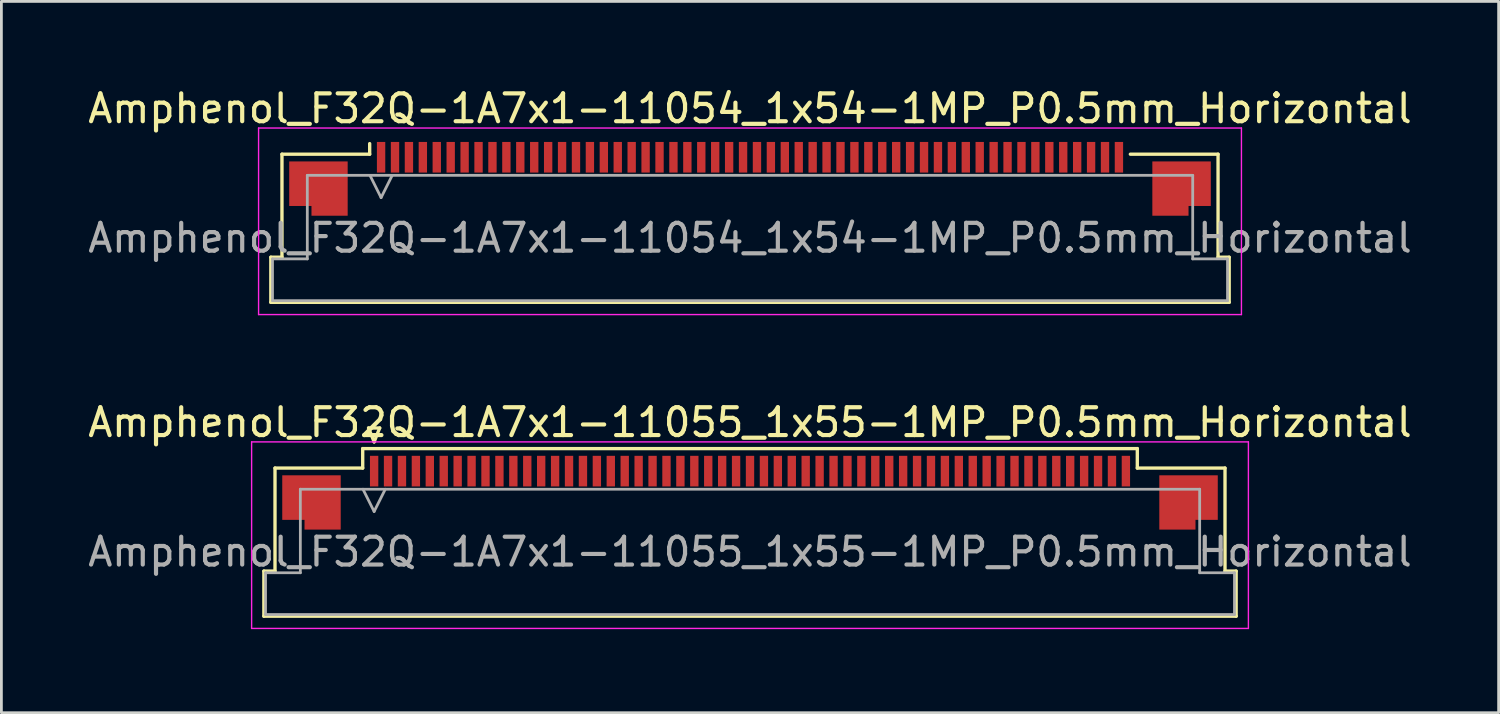
<source format=kicad_pcb>
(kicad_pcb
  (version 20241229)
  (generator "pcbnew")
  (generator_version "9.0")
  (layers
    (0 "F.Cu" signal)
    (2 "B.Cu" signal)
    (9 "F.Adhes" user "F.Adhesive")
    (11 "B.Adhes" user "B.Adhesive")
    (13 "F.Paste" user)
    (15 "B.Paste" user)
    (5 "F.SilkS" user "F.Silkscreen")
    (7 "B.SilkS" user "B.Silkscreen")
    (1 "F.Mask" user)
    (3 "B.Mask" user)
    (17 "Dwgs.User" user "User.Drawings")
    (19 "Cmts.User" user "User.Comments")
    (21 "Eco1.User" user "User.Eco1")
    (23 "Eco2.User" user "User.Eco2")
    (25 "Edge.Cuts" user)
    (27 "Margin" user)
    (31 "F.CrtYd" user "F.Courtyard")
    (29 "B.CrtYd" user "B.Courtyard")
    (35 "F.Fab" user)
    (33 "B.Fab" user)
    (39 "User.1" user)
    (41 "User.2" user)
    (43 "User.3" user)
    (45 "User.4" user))
  (footprint "Amphenol_F32Q-1A7x1-11054_1x54-1MP_P0.5mm_Horizontal"
    (layer "F.Cu")
    (at 23.887 5.498)
    (property "Reference" "Amphenol_F32Q-1A7x1-11054_1x54-1MP_P0.5mm_Horizontal" (at 0 -4.65 0) (layer "F.SilkS") (effects (font (size 1 1) (thickness 0.15))))
    (attr smd)
    (fp_line (start -17.21 0.69) (end -16.81 0.69) (stroke (width 0.12) (type solid)) (layer "F.SilkS"))
    (fp_line (start -17.21 2.31) (end -17.21 0.69) (stroke (width 0.12) (type solid)) (layer "F.SilkS"))
    (fp_line (start -16.81 -3.01) (end -13.66 -3.01) (stroke (width 0.12) (type solid)) (layer "F.SilkS"))
    (fp_line (start -16.81 0.69) (end -16.81 -3.01) (stroke (width 0.12) (type solid)) (layer "F.SilkS"))
    (fp_line (start -13.66 -3.01) (end -13.66 -3.39) (stroke (width 0.12) (type solid)) (layer "F.SilkS"))
    (fp_line (start 13.66 -3.01) (end 16.81 -3.01) (stroke (width 0.12) (type solid)) (layer "F.SilkS"))
    (fp_line (start 16.81 -3.01) (end 16.81 0.69) (stroke (width 0.12) (type solid)) (layer "F.SilkS"))
    (fp_line (start 16.81 0.69) (end 17.21 0.69) (stroke (width 0.12) (type solid)) (layer "F.SilkS"))
    (fp_line (start 17.21 0.69) (end 17.21 2.31) (stroke (width 0.12) (type solid)) (layer "F.SilkS"))
    (fp_line (start 17.21 2.31) (end -17.21 2.31) (stroke (width 0.12) (type solid)) (layer "F.SilkS"))
    (fp_line (start -17.65 -3.95) (end -17.65 2.75) (stroke (width 0.05) (type solid)) (layer "F.CrtYd"))
    (fp_line (start -17.65 2.75) (end 17.65 2.75) (stroke (width 0.05) (type solid)) (layer "F.CrtYd"))
    (fp_line (start 17.65 -3.95) (end -17.65 -3.95) (stroke (width 0.05) (type solid)) (layer "F.CrtYd"))
    (fp_line (start 17.65 2.75) (end 17.65 -3.95) (stroke (width 0.05) (type solid)) (layer "F.CrtYd"))
    (fp_line (start -17.15 0.75) (end -15.9 0.75) (stroke (width 0.1) (type solid)) (layer "F.Fab"))
    (fp_line (start -17.15 2.25) (end -17.15 0.75) (stroke (width 0.1) (type solid)) (layer "F.Fab"))
    (fp_line (start -15.9 -2.25) (end 15.9 -2.25) (stroke (width 0.1) (type solid)) (layer "F.Fab"))
    (fp_line (start -15.9 0.75) (end -15.9 -2.25) (stroke (width 0.1) (type solid)) (layer "F.Fab"))
    (fp_line (start -13.65 -2.25) (end -13.25 -1.45) (stroke (width 0.1) (type solid)) (layer "F.Fab"))
    (fp_line (start -13.25 -1.45) (end -12.85 -2.25) (stroke (width 0.1) (type solid)) (layer "F.Fab"))
    (fp_line (start 15.9 -2.25) (end 15.9 0.75) (stroke (width 0.1) (type solid)) (layer "F.Fab"))
    (fp_line (start 15.9 0.75) (end 17.15 0.75) (stroke (width 0.1) (type solid)) (layer "F.Fab"))
    (fp_line (start 17.15 0.75) (end 17.15 2.25) (stroke (width 0.1) (type solid)) (layer "F.Fab"))
    (fp_line (start 17.15 2.25) (end -17.15 2.25) (stroke (width 0.1) (type solid)) (layer "F.Fab"))
    (fp_text user "${REFERENCE}" (at 0 0 0) (layer "F.Fab") (effects (font (size 1 1) (thickness 0.15))))
    (pad "1" smd rect (at -13.25 -2.9) (size 0.3 1.1) (layers "F.Cu" "F.Mask" "F.Paste"))
    (pad "2" smd rect (at -12.75 -2.9) (size 0.3 1.1) (layers "F.Cu" "F.Mask" "F.Paste"))
    (pad "3" smd rect (at -12.25 -2.9) (size 0.3 1.1) (layers "F.Cu" "F.Mask" "F.Paste"))
    (pad "4" smd rect (at -11.75 -2.9) (size 0.3 1.1) (layers "F.Cu" "F.Mask" "F.Paste"))
    (pad "5" smd rect (at -11.25 -2.9) (size 0.3 1.1) (layers "F.Cu" "F.Mask" "F.Paste"))
    (pad "6" smd rect (at -10.75 -2.9) (size 0.3 1.1) (layers "F.Cu" "F.Mask" "F.Paste"))
    (pad "7" smd rect (at -10.25 -2.9) (size 0.3 1.1) (layers "F.Cu" "F.Mask" "F.Paste"))
    (pad "8" smd rect (at -9.75 -2.9) (size 0.3 1.1) (layers "F.Cu" "F.Mask" "F.Paste"))
    (pad "9" smd rect (at -9.25 -2.9) (size 0.3 1.1) (layers "F.Cu" "F.Mask" "F.Paste"))
    (pad "10" smd rect (at -8.75 -2.9) (size 0.3 1.1) (layers "F.Cu" "F.Mask" "F.Paste"))
    (pad "11" smd rect (at -8.25 -2.9) (size 0.3 1.1) (layers "F.Cu" "F.Mask" "F.Paste"))
    (pad "12" smd rect (at -7.75 -2.9) (size 0.3 1.1) (layers "F.Cu" "F.Mask" "F.Paste"))
    (pad "13" smd rect (at -7.25 -2.9) (size 0.3 1.1) (layers "F.Cu" "F.Mask" "F.Paste"))
    (pad "14" smd rect (at -6.75 -2.9) (size 0.3 1.1) (layers "F.Cu" "F.Mask" "F.Paste"))
    (pad "15" smd rect (at -6.25 -2.9) (size 0.3 1.1) (layers "F.Cu" "F.Mask" "F.Paste"))
    (pad "16" smd rect (at -5.75 -2.9) (size 0.3 1.1) (layers "F.Cu" "F.Mask" "F.Paste"))
    (pad "17" smd rect (at -5.25 -2.9) (size 0.3 1.1) (layers "F.Cu" "F.Mask" "F.Paste"))
    (pad "18" smd rect (at -4.75 -2.9) (size 0.3 1.1) (layers "F.Cu" "F.Mask" "F.Paste"))
    (pad "19" smd rect (at -4.25 -2.9) (size 0.3 1.1) (layers "F.Cu" "F.Mask" "F.Paste"))
    (pad "20" smd rect (at -3.75 -2.9) (size 0.3 1.1) (layers "F.Cu" "F.Mask" "F.Paste"))
    (pad "21" smd rect (at -3.25 -2.9) (size 0.3 1.1) (layers "F.Cu" "F.Mask" "F.Paste"))
    (pad "22" smd rect (at -2.75 -2.9) (size 0.3 1.1) (layers "F.Cu" "F.Mask" "F.Paste"))
    (pad "23" smd rect (at -2.25 -2.9) (size 0.3 1.1) (layers "F.Cu" "F.Mask" "F.Paste"))
    (pad "24" smd rect (at -1.75 -2.9) (size 0.3 1.1) (layers "F.Cu" "F.Mask" "F.Paste"))
    (pad "25" smd rect (at -1.25 -2.9) (size 0.3 1.1) (layers "F.Cu" "F.Mask" "F.Paste"))
    (pad "26" smd rect (at -0.75 -2.9) (size 0.3 1.1) (layers "F.Cu" "F.Mask" "F.Paste"))
    (pad "27" smd rect (at -0.25 -2.9) (size 0.3 1.1) (layers "F.Cu" "F.Mask" "F.Paste"))
    (pad "28" smd rect (at 0.25 -2.9) (size 0.3 1.1) (layers "F.Cu" "F.Mask" "F.Paste"))
    (pad "29" smd rect (at 0.75 -2.9) (size 0.3 1.1) (layers "F.Cu" "F.Mask" "F.Paste"))
    (pad "30" smd rect (at 1.25 -2.9) (size 0.3 1.1) (layers "F.Cu" "F.Mask" "F.Paste"))
    (pad "31" smd rect (at 1.75 -2.9) (size 0.3 1.1) (layers "F.Cu" "F.Mask" "F.Paste"))
    (pad "32" smd rect (at 2.25 -2.9) (size 0.3 1.1) (layers "F.Cu" "F.Mask" "F.Paste"))
    (pad "33" smd rect (at 2.75 -2.9) (size 0.3 1.1) (layers "F.Cu" "F.Mask" "F.Paste"))
    (pad "34" smd rect (at 3.25 -2.9) (size 0.3 1.1) (layers "F.Cu" "F.Mask" "F.Paste"))
    (pad "35" smd rect (at 3.75 -2.9) (size 0.3 1.1) (layers "F.Cu" "F.Mask" "F.Paste"))
    (pad "36" smd rect (at 4.25 -2.9) (size 0.3 1.1) (layers "F.Cu" "F.Mask" "F.Paste"))
    (pad "37" smd rect (at 4.75 -2.9) (size 0.3 1.1) (layers "F.Cu" "F.Mask" "F.Paste"))
    (pad "38" smd rect (at 5.25 -2.9) (size 0.3 1.1) (layers "F.Cu" "F.Mask" "F.Paste"))
    (pad "39" smd rect (at 5.75 -2.9) (size 0.3 1.1) (layers "F.Cu" "F.Mask" "F.Paste"))
    (pad "40" smd rect (at 6.25 -2.9) (size 0.3 1.1) (layers "F.Cu" "F.Mask" "F.Paste"))
    (pad "41" smd rect (at 6.75 -2.9) (size 0.3 1.1) (layers "F.Cu" "F.Mask" "F.Paste"))
    (pad "42" smd rect (at 7.25 -2.9) (size 0.3 1.1) (layers "F.Cu" "F.Mask" "F.Paste"))
    (pad "43" smd rect (at 7.75 -2.9) (size 0.3 1.1) (layers "F.Cu" "F.Mask" "F.Paste"))
    (pad "44" smd rect (at 8.25 -2.9) (size 0.3 1.1) (layers "F.Cu" "F.Mask" "F.Paste"))
    (pad "45" smd rect (at 8.75 -2.9) (size 0.3 1.1) (layers "F.Cu" "F.Mask" "F.Paste"))
    (pad "46" smd rect (at 9.25 -2.9) (size 0.3 1.1) (layers "F.Cu" "F.Mask" "F.Paste"))
    (pad "47" smd rect (at 9.75 -2.9) (size 0.3 1.1) (layers "F.Cu" "F.Mask" "F.Paste"))
    (pad "48" smd rect (at 10.25 -2.9) (size 0.3 1.1) (layers "F.Cu" "F.Mask" "F.Paste"))
    (pad "49" smd rect (at 10.75 -2.9) (size 0.3 1.1) (layers "F.Cu" "F.Mask" "F.Paste"))
    (pad "50" smd rect (at 11.25 -2.9) (size 0.3 1.1) (layers "F.Cu" "F.Mask" "F.Paste"))
    (pad "51" smd rect (at 11.75 -2.9) (size 0.3 1.1) (layers "F.Cu" "F.Mask" "F.Paste"))
    (pad "52" smd rect (at 12.25 -2.9) (size 0.3 1.1) (layers "F.Cu" "F.Mask" "F.Paste"))
    (pad "53" smd rect (at 12.75 -2.9) (size 0.3 1.1) (layers "F.Cu" "F.Mask" "F.Paste"))
    (pad "54" smd rect (at 13.25 -2.9) (size 0.3 1.1) (layers "F.Cu" "F.Mask" "F.Paste"))
    (pad "MP" smd custom (at -15.5 -1.775) (size 1 1) (layers "F.Cu" "F.Mask" "F.Paste") (options (anchor circle)) (primitives (gr_poly (pts (xy 1.05 -0.975) (xy 1.05 0.975) (xy -0.25 0.975) (xy -0.25 0.625) (xy -1.05 0.625) (xy -1.05 -0.975) (xy 1.05 -0.975)) (width 0) (fill yes))))
    (pad "MP" smd custom (at 15.5 -1.775) (size 1 1) (layers "F.Cu" "F.Mask" "F.Paste") (options (anchor circle)) (primitives (gr_poly (pts (xy -1.05 -0.975) (xy -1.05 0.975) (xy 0.25 0.975) (xy 0.25 0.625) (xy 1.05 0.625) (xy 1.05 -0.975) (xy -1.05 -0.975)) (width 0) (fill yes)))))
  (footprint "Amphenol_F32Q-1A7x1-11055_1x55-1MP_P0.5mm_Horizontal"
    (layer "F.Cu")
    (at 23.887 16.771)
    (property "Reference" "Amphenol_F32Q-1A7x1-11055_1x55-1MP_P0.5mm_Horizontal" (at 0 -4.65 0) (layer "F.SilkS") (effects (font (size 1 1) (thickness 0.15))))
    (attr smd)
    (fp_line (start -17.46 0.69) (end -17.06 0.69) (stroke (width 0.12) (type solid)) (layer "F.SilkS"))
    (fp_line (start -17.46 2.31) (end -17.46 0.69) (stroke (width 0.12) (type solid)) (layer "F.SilkS"))
    (fp_line (start -17.06 -3.01) (end -13.91 -3.01) (stroke (width 0.12) (type solid)) (layer "F.SilkS"))
    (fp_line (start -17.06 0.69) (end -17.06 -3.01) (stroke (width 0.12) (type solid)) (layer "F.SilkS"))
    (fp_line (start -13.91 -3.71) (end 13.91 -3.71) (stroke (width 0.12) (type solid)) (layer "F.SilkS"))
    (fp_line (start -13.91 -3.01) (end -13.91 -3.71) (stroke (width 0.12) (type solid)) (layer "F.SilkS"))
    (fp_line (start -13.7 -4.45) (end -13.5 -3.95) (stroke (width 0.12) (type solid)) (layer "F.SilkS"))
    (fp_line (start -13.5 -3.95) (end -13.3 -4.45) (stroke (width 0.12) (type solid)) (layer "F.SilkS"))
    (fp_line (start -13.3 -4.45) (end -13.7 -4.45) (stroke (width 0.12) (type solid)) (layer "F.SilkS"))
    (fp_line (start 13.91 -3.71) (end 13.91 -3.01) (stroke (width 0.12) (type solid)) (layer "F.SilkS"))
    (fp_line (start 13.91 -3.01) (end 17.06 -3.01) (stroke (width 0.12) (type solid)) (layer "F.SilkS"))
    (fp_line (start 17.06 -3.01) (end 17.06 0.69) (stroke (width 0.12) (type solid)) (layer "F.SilkS"))
    (fp_line (start 17.06 0.69) (end 17.46 0.69) (stroke (width 0.12) (type solid)) (layer "F.SilkS"))
    (fp_line (start 17.46 0.69) (end 17.46 2.31) (stroke (width 0.12) (type solid)) (layer "F.SilkS"))
    (fp_line (start 17.46 2.31) (end -17.46 2.31) (stroke (width 0.12) (type solid)) (layer "F.SilkS"))
    (fp_line (start -17.9 -3.95) (end -17.9 2.75) (stroke (width 0.05) (type solid)) (layer "F.CrtYd"))
    (fp_line (start -17.9 2.75) (end 17.9 2.75) (stroke (width 0.05) (type solid)) (layer "F.CrtYd"))
    (fp_line (start 17.9 -3.95) (end -17.9 -3.95) (stroke (width 0.05) (type solid)) (layer "F.CrtYd"))
    (fp_line (start 17.9 2.75) (end 17.9 -3.95) (stroke (width 0.05) (type solid)) (layer "F.CrtYd"))
    (fp_line (start -17.4 0.75) (end -16.15 0.75) (stroke (width 0.1) (type solid)) (layer "F.Fab"))
    (fp_line (start -17.4 2.25) (end -17.4 0.75) (stroke (width 0.1) (type solid)) (layer "F.Fab"))
    (fp_line (start -16.15 -2.25) (end 16.15 -2.25) (stroke (width 0.1) (type solid)) (layer "F.Fab"))
    (fp_line (start -16.15 0.75) (end -16.15 -2.25) (stroke (width 0.1) (type solid)) (layer "F.Fab"))
    (fp_line (start -13.9 -2.25) (end -13.5 -1.45) (stroke (width 0.1) (type solid)) (layer "F.Fab"))
    (fp_line (start -13.5 -1.45) (end -13.1 -2.25) (stroke (width 0.1) (type solid)) (layer "F.Fab"))
    (fp_line (start 16.15 -2.25) (end 16.15 0.75) (stroke (width 0.1) (type solid)) (layer "F.Fab"))
    (fp_line (start 16.15 0.75) (end 17.4 0.75) (stroke (width 0.1) (type solid)) (layer "F.Fab"))
    (fp_line (start 17.4 0.75) (end 17.4 2.25) (stroke (width 0.1) (type solid)) (layer "F.Fab"))
    (fp_line (start 17.4 2.25) (end -17.4 2.25) (stroke (width 0.1) (type solid)) (layer "F.Fab"))
    (fp_text user "${REFERENCE}" (at 0 0 0) (layer "F.Fab") (effects (font (size 1 1) (thickness 0.15))))
    (pad "1" smd rect (at -13.5 -2.9) (size 0.3 1.1) (layers "F.Cu" "F.Mask" "F.Paste"))
    (pad "2" smd rect (at -13 -2.9) (size 0.3 1.1) (layers "F.Cu" "F.Mask" "F.Paste"))
    (pad "3" smd rect (at -12.5 -2.9) (size 0.3 1.1) (layers "F.Cu" "F.Mask" "F.Paste"))
    (pad "4" smd rect (at -12 -2.9) (size 0.3 1.1) (layers "F.Cu" "F.Mask" "F.Paste"))
    (pad "5" smd rect (at -11.5 -2.9) (size 0.3 1.1) (layers "F.Cu" "F.Mask" "F.Paste"))
    (pad "6" smd rect (at -11 -2.9) (size 0.3 1.1) (layers "F.Cu" "F.Mask" "F.Paste"))
    (pad "7" smd rect (at -10.5 -2.9) (size 0.3 1.1) (layers "F.Cu" "F.Mask" "F.Paste"))
    (pad "8" smd rect (at -10 -2.9) (size 0.3 1.1) (layers "F.Cu" "F.Mask" "F.Paste"))
    (pad "9" smd rect (at -9.5 -2.9) (size 0.3 1.1) (layers "F.Cu" "F.Mask" "F.Paste"))
    (pad "10" smd rect (at -9 -2.9) (size 0.3 1.1) (layers "F.Cu" "F.Mask" "F.Paste"))
    (pad "11" smd rect (at -8.5 -2.9) (size 0.3 1.1) (layers "F.Cu" "F.Mask" "F.Paste"))
    (pad "12" smd rect (at -8 -2.9) (size 0.3 1.1) (layers "F.Cu" "F.Mask" "F.Paste"))
    (pad "13" smd rect (at -7.5 -2.9) (size 0.3 1.1) (layers "F.Cu" "F.Mask" "F.Paste"))
    (pad "14" smd rect (at -7 -2.9) (size 0.3 1.1) (layers "F.Cu" "F.Mask" "F.Paste"))
    (pad "15" smd rect (at -6.5 -2.9) (size 0.3 1.1) (layers "F.Cu" "F.Mask" "F.Paste"))
    (pad "16" smd rect (at -6 -2.9) (size 0.3 1.1) (layers "F.Cu" "F.Mask" "F.Paste"))
    (pad "17" smd rect (at -5.5 -2.9) (size 0.3 1.1) (layers "F.Cu" "F.Mask" "F.Paste"))
    (pad "18" smd rect (at -5 -2.9) (size 0.3 1.1) (layers "F.Cu" "F.Mask" "F.Paste"))
    (pad "19" smd rect (at -4.5 -2.9) (size 0.3 1.1) (layers "F.Cu" "F.Mask" "F.Paste"))
    (pad "20" smd rect (at -4 -2.9) (size 0.3 1.1) (layers "F.Cu" "F.Mask" "F.Paste"))
    (pad "21" smd rect (at -3.5 -2.9) (size 0.3 1.1) (layers "F.Cu" "F.Mask" "F.Paste"))
    (pad "22" smd rect (at -3 -2.9) (size 0.3 1.1) (layers "F.Cu" "F.Mask" "F.Paste"))
    (pad "23" smd rect (at -2.5 -2.9) (size 0.3 1.1) (layers "F.Cu" "F.Mask" "F.Paste"))
    (pad "24" smd rect (at -2 -2.9) (size 0.3 1.1) (layers "F.Cu" "F.Mask" "F.Paste"))
    (pad "25" smd rect (at -1.5 -2.9) (size 0.3 1.1) (layers "F.Cu" "F.Mask" "F.Paste"))
    (pad "26" smd rect (at -1 -2.9) (size 0.3 1.1) (layers "F.Cu" "F.Mask" "F.Paste"))
    (pad "27" smd rect (at -0.5 -2.9) (size 0.3 1.1) (layers "F.Cu" "F.Mask" "F.Paste"))
    (pad "28" smd rect (at 0 -2.9) (size 0.3 1.1) (layers "F.Cu" "F.Mask" "F.Paste"))
    (pad "29" smd rect (at 0.5 -2.9) (size 0.3 1.1) (layers "F.Cu" "F.Mask" "F.Paste"))
    (pad "30" smd rect (at 1 -2.9) (size 0.3 1.1) (layers "F.Cu" "F.Mask" "F.Paste"))
    (pad "31" smd rect (at 1.5 -2.9) (size 0.3 1.1) (layers "F.Cu" "F.Mask" "F.Paste"))
    (pad "32" smd rect (at 2 -2.9) (size 0.3 1.1) (layers "F.Cu" "F.Mask" "F.Paste"))
    (pad "33" smd rect (at 2.5 -2.9) (size 0.3 1.1) (layers "F.Cu" "F.Mask" "F.Paste"))
    (pad "34" smd rect (at 3 -2.9) (size 0.3 1.1) (layers "F.Cu" "F.Mask" "F.Paste"))
    (pad "35" smd rect (at 3.5 -2.9) (size 0.3 1.1) (layers "F.Cu" "F.Mask" "F.Paste"))
    (pad "36" smd rect (at 4 -2.9) (size 0.3 1.1) (layers "F.Cu" "F.Mask" "F.Paste"))
    (pad "37" smd rect (at 4.5 -2.9) (size 0.3 1.1) (layers "F.Cu" "F.Mask" "F.Paste"))
    (pad "38" smd rect (at 5 -2.9) (size 0.3 1.1) (layers "F.Cu" "F.Mask" "F.Paste"))
    (pad "39" smd rect (at 5.5 -2.9) (size 0.3 1.1) (layers "F.Cu" "F.Mask" "F.Paste"))
    (pad "40" smd rect (at 6 -2.9) (size 0.3 1.1) (layers "F.Cu" "F.Mask" "F.Paste"))
    (pad "41" smd rect (at 6.5 -2.9) (size 0.3 1.1) (layers "F.Cu" "F.Mask" "F.Paste"))
    (pad "42" smd rect (at 7 -2.9) (size 0.3 1.1) (layers "F.Cu" "F.Mask" "F.Paste"))
    (pad "43" smd rect (at 7.5 -2.9) (size 0.3 1.1) (layers "F.Cu" "F.Mask" "F.Paste"))
    (pad "44" smd rect (at 8 -2.9) (size 0.3 1.1) (layers "F.Cu" "F.Mask" "F.Paste"))
    (pad "45" smd rect (at 8.5 -2.9) (size 0.3 1.1) (layers "F.Cu" "F.Mask" "F.Paste"))
    (pad "46" smd rect (at 9 -2.9) (size 0.3 1.1) (layers "F.Cu" "F.Mask" "F.Paste"))
    (pad "47" smd rect (at 9.5 -2.9) (size 0.3 1.1) (layers "F.Cu" "F.Mask" "F.Paste"))
    (pad "48" smd rect (at 10 -2.9) (size 0.3 1.1) (layers "F.Cu" "F.Mask" "F.Paste"))
    (pad "49" smd rect (at 10.5 -2.9) (size 0.3 1.1) (layers "F.Cu" "F.Mask" "F.Paste"))
    (pad "50" smd rect (at 11 -2.9) (size 0.3 1.1) (layers "F.Cu" "F.Mask" "F.Paste"))
    (pad "51" smd rect (at 11.5 -2.9) (size 0.3 1.1) (layers "F.Cu" "F.Mask" "F.Paste"))
    (pad "52" smd rect (at 12 -2.9) (size 0.3 1.1) (layers "F.Cu" "F.Mask" "F.Paste"))
    (pad "53" smd rect (at 12.5 -2.9) (size 0.3 1.1) (layers "F.Cu" "F.Mask" "F.Paste"))
    (pad "54" smd rect (at 13 -2.9) (size 0.3 1.1) (layers "F.Cu" "F.Mask" "F.Paste"))
    (pad "55" smd rect (at 13.5 -2.9) (size 0.3 1.1) (layers "F.Cu" "F.Mask" "F.Paste"))
    (pad "MP" smd custom (at -15.75 -1.775) (size 1 1) (layers "F.Cu" "F.Mask" "F.Paste") (options (anchor circle)) (primitives (gr_poly (pts (xy 1.05 -0.975) (xy 1.05 0.975) (xy -0.25 0.975) (xy -0.25 0.625) (xy -1.05 0.625) (xy -1.05 -0.975) (xy 1.05 -0.975)) (width 0) (fill yes))))
    (pad "MP" smd custom (at 15.75 -1.775) (size 1 1) (layers "F.Cu" "F.Mask" "F.Paste") (options (anchor circle)) (primitives (gr_poly (pts (xy -1.05 -0.975) (xy -1.05 0.975) (xy 0.25 0.975) (xy 0.25 0.625) (xy 1.05 0.625) (xy 1.05 -0.975) (xy -1.05 -0.975)) (width 0) (fill yes)))))
  (gr_rect
    (start -3 -3)
    (end 50.774 22.547)
    (stroke (width 0.1) (type default))
    (fill no)
    (layer "Edge.Cuts")))
</source>
